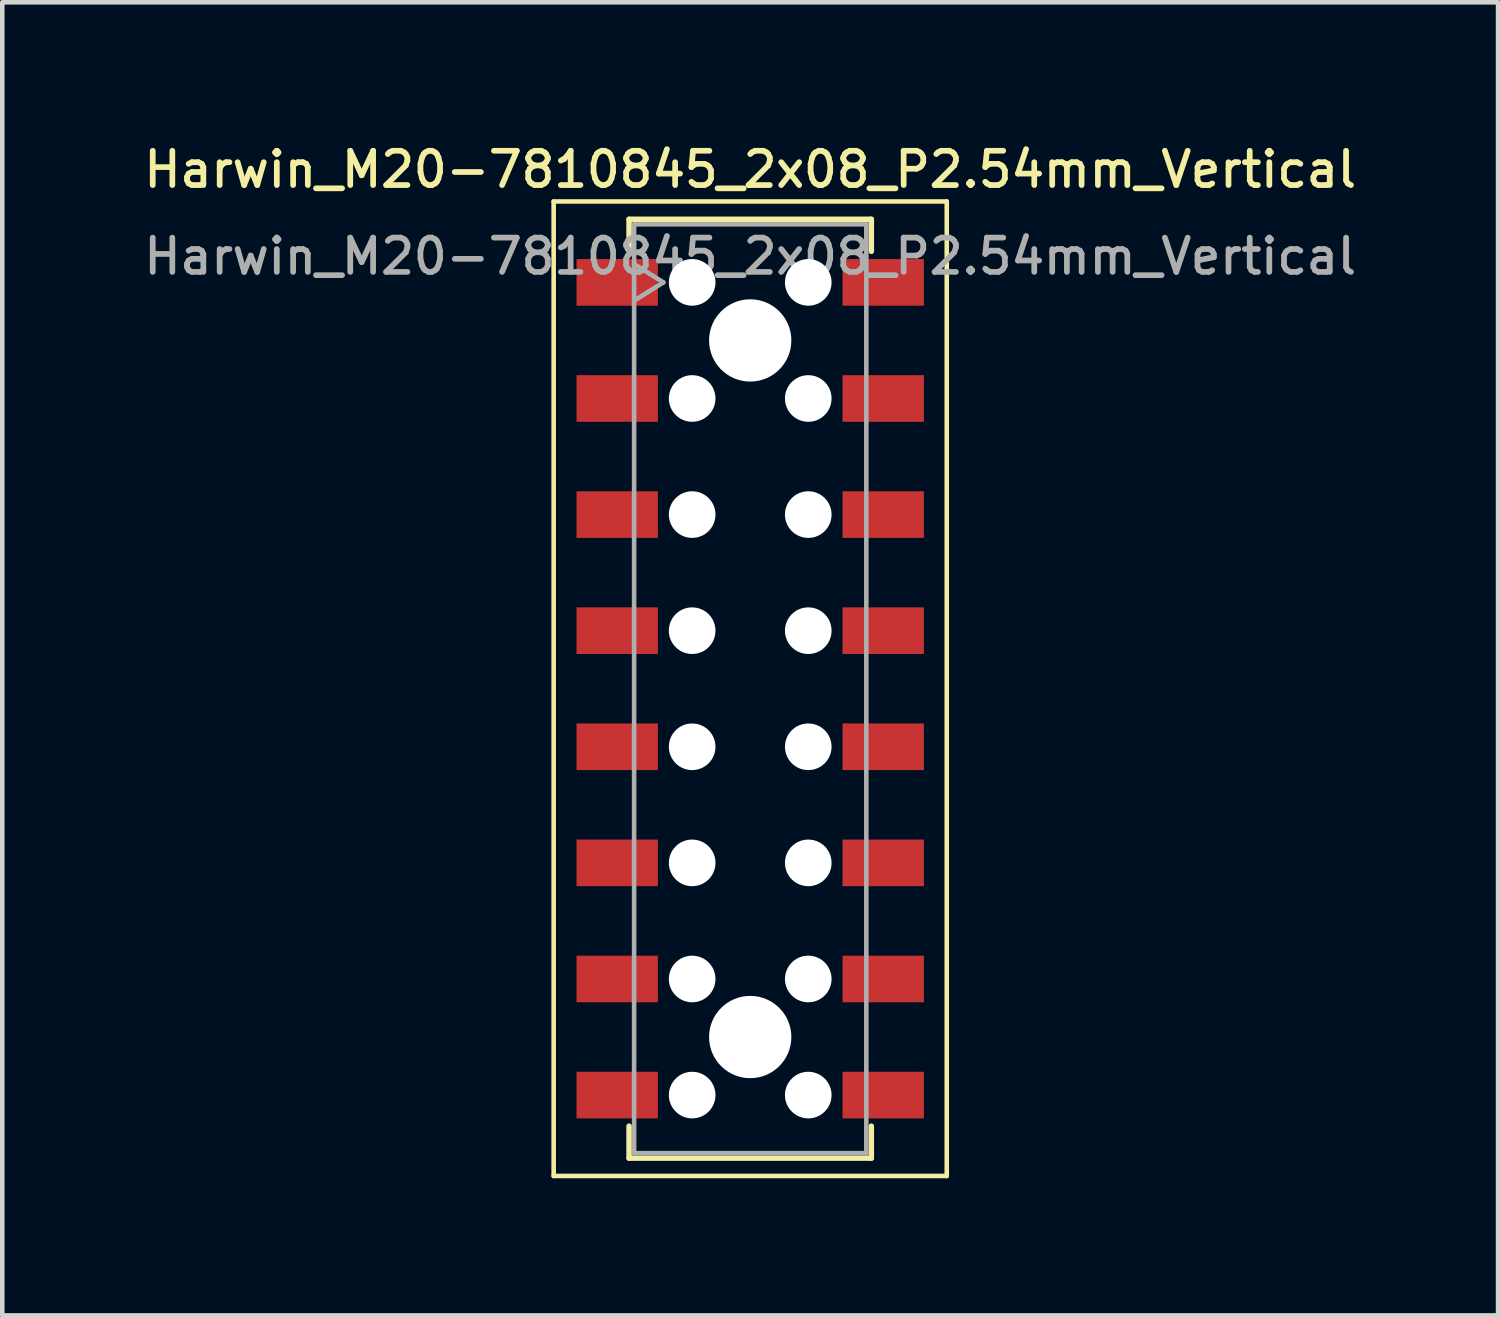
<source format=kicad_pcb>
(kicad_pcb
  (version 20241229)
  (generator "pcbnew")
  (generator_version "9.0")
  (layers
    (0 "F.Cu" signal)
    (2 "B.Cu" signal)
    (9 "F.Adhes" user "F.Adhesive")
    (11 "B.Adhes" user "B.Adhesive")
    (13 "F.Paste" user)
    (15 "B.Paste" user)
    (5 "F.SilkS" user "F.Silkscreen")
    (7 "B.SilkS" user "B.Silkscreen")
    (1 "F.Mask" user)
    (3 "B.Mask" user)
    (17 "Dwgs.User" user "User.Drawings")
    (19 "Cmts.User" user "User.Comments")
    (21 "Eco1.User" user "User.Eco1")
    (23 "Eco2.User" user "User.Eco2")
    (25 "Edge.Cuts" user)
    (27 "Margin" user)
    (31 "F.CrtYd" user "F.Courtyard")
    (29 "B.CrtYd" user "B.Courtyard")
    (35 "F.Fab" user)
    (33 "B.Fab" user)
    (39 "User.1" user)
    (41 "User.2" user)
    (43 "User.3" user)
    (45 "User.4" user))
  (footprint "Harwin_M20-7810845_2x08_P2.54mm_Vertical"
    (layer "F.Cu")
    (at 13.363 12.018)
    (property "Reference" "Harwin_M20-7810845_2x08_P2.54mm_Vertical" (at 0 -11.36 0) (layer "F.SilkS") (effects (font (size 0.75 0.75) (thickness 0.125))))
    (attr smd)
    (fp_line (start -4.3 -10.66) (end 4.3 -10.66) (stroke (width 0.1) (type solid)) (layer "F.SilkS"))
    (fp_line (start -4.3 10.66) (end -4.3 -10.66) (stroke (width 0.1) (type solid)) (layer "F.SilkS"))
    (fp_line (start -2.65 -10.27) (end 2.65 -10.27) (stroke (width 0.12) (type solid)) (layer "F.SilkS"))
    (fp_line (start -2.65 -9.57) (end -2.65 -10.27) (stroke (width 0.12) (type solid)) (layer "F.SilkS"))
    (fp_line (start -2.65 9.57) (end -2.65 10.27) (stroke (width 0.12) (type solid)) (layer "F.SilkS"))
    (fp_line (start -2.65 10.27) (end 2.65 10.27) (stroke (width 0.12) (type solid)) (layer "F.SilkS"))
    (fp_line (start 2.65 -10.27) (end 2.65 -9.57) (stroke (width 0.12) (type solid)) (layer "F.SilkS"))
    (fp_line (start 2.65 10.27) (end 2.65 9.57) (stroke (width 0.12) (type solid)) (layer "F.SilkS"))
    (fp_line (start 4.3 -10.66) (end 4.3 10.66) (stroke (width 0.1) (type solid)) (layer "F.SilkS"))
    (fp_line (start 4.3 10.66) (end -4.3 10.66) (stroke (width 0.1) (type solid)) (layer "F.SilkS"))
    (fp_line (start -2.54 -10.16) (end 2.54 -10.16) (stroke (width 0.1) (type solid)) (layer "F.Fab"))
    (fp_line (start -2.54 -9.29) (end -1.9 -8.89) (stroke (width 0.1) (type solid)) (layer "F.Fab"))
    (fp_line (start -2.54 10.16) (end -2.54 -10.16) (stroke (width 0.1) (type solid)) (layer "F.Fab"))
    (fp_line (start -1.9 -8.89) (end -2.54 -8.49) (stroke (width 0.1) (type solid)) (layer "F.Fab"))
    (fp_line (start 2.54 -10.16) (end 2.54 10.16) (stroke (width 0.1) (type solid)) (layer "F.Fab"))
    (fp_line (start 2.54 10.16) (end -2.54 10.16) (stroke (width 0.1) (type solid)) (layer "F.Fab"))
    (fp_text user "${REFERENCE}" (at 0 -9.46 0) (layer "F.Fab") (effects (font (size 0.75 0.75) (thickness 0.125))))
    (pad "" np_thru_hole circle (at -1.27 -8.89) (size 1.02 1.02) (drill 1.02) (layers "*.Cu" "*.Mask"))
    (pad "" np_thru_hole circle (at -1.27 -6.35) (size 1.02 1.02) (drill 1.02) (layers "*.Cu" "*.Mask"))
    (pad "" np_thru_hole circle (at -1.27 -3.81) (size 1.02 1.02) (drill 1.02) (layers "*.Cu" "*.Mask"))
    (pad "" np_thru_hole circle (at -1.27 -1.27) (size 1.02 1.02) (drill 1.02) (layers "*.Cu" "*.Mask"))
    (pad "" np_thru_hole circle (at -1.27 1.27) (size 1.02 1.02) (drill 1.02) (layers "*.Cu" "*.Mask"))
    (pad "" np_thru_hole circle (at -1.27 3.81) (size 1.02 1.02) (drill 1.02) (layers "*.Cu" "*.Mask"))
    (pad "" np_thru_hole circle (at -1.27 6.35) (size 1.02 1.02) (drill 1.02) (layers "*.Cu" "*.Mask"))
    (pad "" np_thru_hole circle (at -1.27 8.89) (size 1.02 1.02) (drill 1.02) (layers "*.Cu" "*.Mask"))
    (pad "" np_thru_hole circle (at 0 -7.62) (size 1.8 1.8) (drill 1.8) (layers "*.Cu" "*.Mask"))
    (pad "" np_thru_hole circle (at 0 7.62) (size 1.8 1.8) (drill 1.8) (layers "*.Cu" "*.Mask"))
    (pad "" np_thru_hole circle (at 1.27 -8.89) (size 1.02 1.02) (drill 1.02) (layers "*.Cu" "*.Mask"))
    (pad "" np_thru_hole circle (at 1.27 -6.35) (size 1.02 1.02) (drill 1.02) (layers "*.Cu" "*.Mask"))
    (pad "" np_thru_hole circle (at 1.27 -3.81) (size 1.02 1.02) (drill 1.02) (layers "*.Cu" "*.Mask"))
    (pad "" np_thru_hole circle (at 1.27 -1.27) (size 1.02 1.02) (drill 1.02) (layers "*.Cu" "*.Mask"))
    (pad "" np_thru_hole circle (at 1.27 1.27) (size 1.02 1.02) (drill 1.02) (layers "*.Cu" "*.Mask"))
    (pad "" np_thru_hole circle (at 1.27 3.81) (size 1.02 1.02) (drill 1.02) (layers "*.Cu" "*.Mask"))
    (pad "" np_thru_hole circle (at 1.27 6.35) (size 1.02 1.02) (drill 1.02) (layers "*.Cu" "*.Mask"))
    (pad "" np_thru_hole circle (at 1.27 8.89) (size 1.02 1.02) (drill 1.02) (layers "*.Cu" "*.Mask"))
    (pad "1" smd rect (at -2.91 -8.89) (size 1.78 1.02) (layers "F.Cu" "F.Mask" "F.Paste"))
    (pad "2" smd rect (at -2.91 -6.35) (size 1.78 1.02) (layers "F.Cu" "F.Mask" "F.Paste"))
    (pad "3" smd rect (at -2.91 -3.81) (size 1.78 1.02) (layers "F.Cu" "F.Mask" "F.Paste"))
    (pad "4" smd rect (at -2.91 -1.27) (size 1.78 1.02) (layers "F.Cu" "F.Mask" "F.Paste"))
    (pad "5" smd rect (at -2.91 1.27) (size 1.78 1.02) (layers "F.Cu" "F.Mask" "F.Paste"))
    (pad "6" smd rect (at -2.91 3.81) (size 1.78 1.02) (layers "F.Cu" "F.Mask" "F.Paste"))
    (pad "7" smd rect (at -2.91 6.35) (size 1.78 1.02) (layers "F.Cu" "F.Mask" "F.Paste"))
    (pad "8" smd rect (at -2.91 8.89) (size 1.78 1.02) (layers "F.Cu" "F.Mask" "F.Paste"))
    (pad "9" smd rect (at 2.91 -8.89) (size 1.78 1.02) (layers "F.Cu" "F.Mask" "F.Paste"))
    (pad "10" smd rect (at 2.91 -6.35) (size 1.78 1.02) (layers "F.Cu" "F.Mask" "F.Paste"))
    (pad "11" smd rect (at 2.91 -3.81) (size 1.78 1.02) (layers "F.Cu" "F.Mask" "F.Paste"))
    (pad "12" smd rect (at 2.91 -1.27) (size 1.78 1.02) (layers "F.Cu" "F.Mask" "F.Paste"))
    (pad "13" smd rect (at 2.91 1.27) (size 1.78 1.02) (layers "F.Cu" "F.Mask" "F.Paste"))
    (pad "14" smd rect (at 2.91 3.81) (size 1.78 1.02) (layers "F.Cu" "F.Mask" "F.Paste"))
    (pad "15" smd rect (at 2.91 6.35) (size 1.78 1.02) (layers "F.Cu" "F.Mask" "F.Paste"))
    (pad "16" smd rect (at 2.91 8.89) (size 1.78 1.02) (layers "F.Cu" "F.Mask" "F.Paste")))
  (gr_rect
    (start -3 -3)
    (end 29.725 25.728)
    (stroke (width 0.1) (type default))
    (fill no)
    (layer "Edge.Cuts")))
</source>
